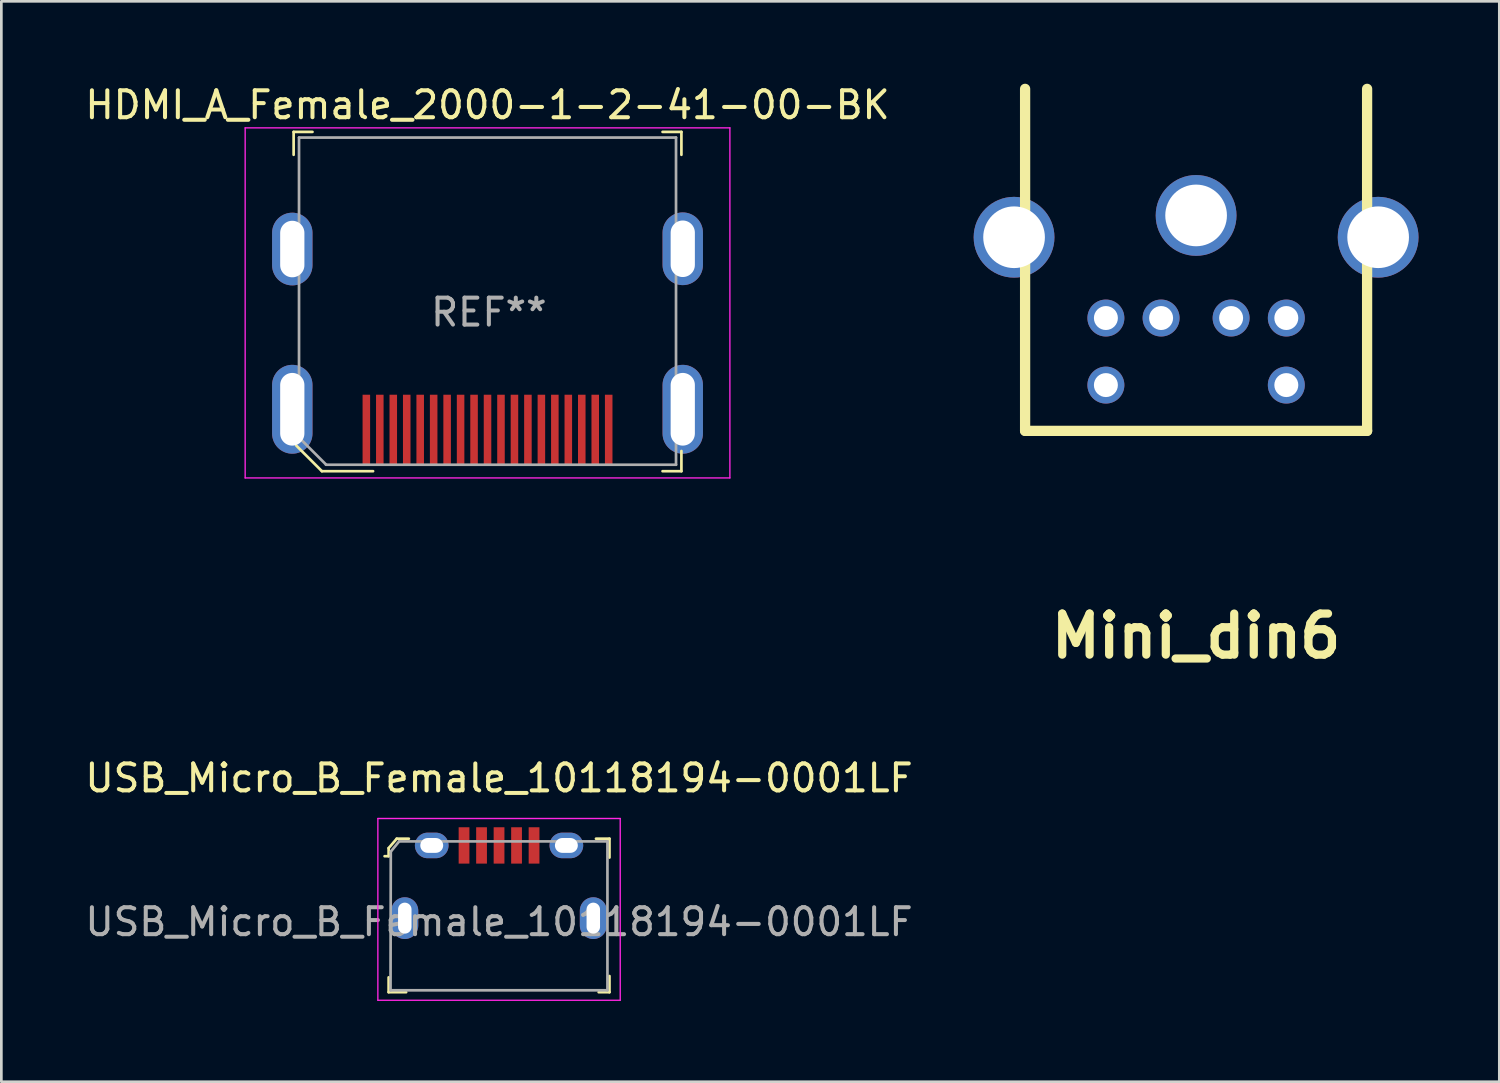
<source format=kicad_pcb>
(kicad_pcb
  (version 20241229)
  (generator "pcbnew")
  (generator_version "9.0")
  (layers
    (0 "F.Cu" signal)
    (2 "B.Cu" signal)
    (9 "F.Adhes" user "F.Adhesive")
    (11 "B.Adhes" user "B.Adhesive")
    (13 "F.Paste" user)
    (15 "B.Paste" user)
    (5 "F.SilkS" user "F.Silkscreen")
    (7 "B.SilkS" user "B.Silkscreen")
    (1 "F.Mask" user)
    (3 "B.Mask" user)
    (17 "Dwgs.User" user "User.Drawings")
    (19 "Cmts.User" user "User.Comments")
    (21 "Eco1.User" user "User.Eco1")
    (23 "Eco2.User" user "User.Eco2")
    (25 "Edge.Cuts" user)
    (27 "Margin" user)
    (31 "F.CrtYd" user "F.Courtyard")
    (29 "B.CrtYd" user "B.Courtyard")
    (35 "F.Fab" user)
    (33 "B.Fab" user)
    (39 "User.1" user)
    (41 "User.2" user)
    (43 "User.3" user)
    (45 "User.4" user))
  (footprint "USB_Micro_B_Female_10118194-0001LF"
    (layer "F.Cu")
    (at 15.482 28.345)
    (property "Reference" "USB_Micro_B_Female_10118194-0001LF" (at 0 -2.5 0) (layer "F.SilkS") (effects (font (size 1 1) (thickness 0.15))))
    (attr through_hole)
    (fp_line (start -4.1 0.1) (end -4.1 0.4) (stroke (width 0.1) (type solid)) (layer "F.SilkS"))
    (fp_line (start -4.1 0.4) (end -4.25 0.4) (stroke (width 0.1) (type solid)) (layer "F.SilkS"))
    (fp_line (start -4.1 4.9) (end -4.1 5.45) (stroke (width 0.1) (type solid)) (layer "F.SilkS"))
    (fp_line (start -4.1 5.45) (end -3.45 5.45) (stroke (width 0.1) (type solid)) (layer "F.SilkS"))
    (fp_line (start -3.8 -0.25) (end -4.1 0.1) (stroke (width 0.1) (type solid)) (layer "F.SilkS"))
    (fp_line (start -3.35 -0.25) (end -3.8 -0.25) (stroke (width 0.1) (type solid)) (layer "F.SilkS"))
    (fp_line (start 3.6 -0.25) (end 4.1 -0.25) (stroke (width 0.1) (type solid)) (layer "F.SilkS"))
    (fp_line (start 4.1 -0.25) (end 4.1 0.45) (stroke (width 0.1) (type solid)) (layer "F.SilkS"))
    (fp_line (start 4.1 4.85) (end 4.1 5.45) (stroke (width 0.1) (type solid)) (layer "F.SilkS"))
    (fp_line (start 4.1 5.45) (end 3.7 5.45) (stroke (width 0.1) (type solid)) (layer "F.SilkS"))
    (fp_line (start -4.5 -1) (end 4.5 -1) (stroke (width 0.05) (type solid)) (layer "F.CrtYd"))
    (fp_line (start -4.5 5.75) (end -4.5 -1) (stroke (width 0.05) (type solid)) (layer "F.CrtYd"))
    (fp_line (start -4.5 5.75) (end 4.5 5.75) (stroke (width 0.05) (type solid)) (layer "F.CrtYd"))
    (fp_line (start 4.5 5.75) (end 4.5 -1) (stroke (width 0.05) (type solid)) (layer "F.CrtYd"))
    (fp_line (start -4.03 5.38) (end -4.02 0.23) (stroke (width 0.1) (type solid)) (layer "F.Fab"))
    (fp_line (start -4.025 5.38) (end 4.025 5.38) (stroke (width 0.1) (type solid)) (layer "F.Fab"))
    (fp_line (start -4.02 0.23) (end -3.71 -0.15) (stroke (width 0.1) (type solid)) (layer "F.Fab"))
    (fp_line (start 4.02 -0.15) (end -3.71 -0.15) (stroke (width 0.1) (type solid)) (layer "F.Fab"))
    (fp_line (start 4.025 5.38) (end 4.025 -0.15) (stroke (width 0.1) (type solid)) (layer "F.Fab"))
    (fp_text user "${REFERENCE}" (at 0 2.84 0) (layer "F.Fab") (effects (font (size 1 1) (thickness 0.15))))
    (pad "1" smd rect (at -1.3 0) (size 0.4 1.35) (layers "F.Cu" "F.Mask" "F.Paste"))
    (pad "2" smd rect (at -0.65 0) (size 0.4 1.35) (layers "F.Cu" "F.Mask" "F.Paste"))
    (pad "3" smd rect (at 0 0) (size 0.4 1.35) (layers "F.Cu" "F.Mask" "F.Paste"))
    (pad "4" smd rect (at 0.65 0) (size 0.4 1.35) (layers "F.Cu" "F.Mask" "F.Paste"))
    (pad "5" smd rect (at 1.3 0) (size 0.4 1.35) (layers "F.Cu" "F.Mask" "F.Paste"))
    (pad "SH" thru_hole oval (at -3.5 2.7) (size 1 1.55) (drill oval 0.5 1.15) (layers "*.Cu" "*.Mask"))
    (pad "SH" thru_hole oval (at -2.5 0) (size 1.25 0.95) (drill oval 0.85 0.55) (layers "*.Cu" "*.Mask"))
    (pad "SH" thru_hole oval (at 2.5 0) (size 1.25 0.95) (drill oval 0.85 0.55) (layers "*.Cu" "*.Mask"))
    (pad "SH" thru_hole oval (at 3.5 2.7) (size 1 1.55) (drill oval 0.5 1.15) (layers "*.Cu" "*.Mask")))
  (footprint "HDMI_A_Female_2000-1-2-41-00-BK"
    (layer "F.Cu")
    (at 15.054 8.448)
    (property "Reference" "HDMI_A_Female_2000-1-2-41-00-BK" (at 0 -7.6 0) (layer "F.SilkS") (effects (font (size 1 1) (thickness 0.15))))
    (attr through_hole)
    (fp_line (start -7.2 -6.6) (end -6.5 -6.6) (stroke (width 0.1) (type solid)) (layer "F.SilkS"))
    (fp_line (start -7.2 -5.75) (end -7.2 -6.6) (stroke (width 0.1) (type solid)) (layer "F.SilkS"))
    (fp_line (start -6.15 6) (end -7.1 5.05) (stroke (width 0.1) (type solid)) (layer "F.SilkS"))
    (fp_line (start -4.25 6) (end -6.15 6) (stroke (width 0.1) (type solid)) (layer "F.SilkS"))
    (fp_line (start 6.5 -6.6) (end 7.2 -6.6) (stroke (width 0.1) (type solid)) (layer "F.SilkS"))
    (fp_line (start 7.2 -6.6) (end 7.2 -5.75) (stroke (width 0.1) (type solid)) (layer "F.SilkS"))
    (fp_line (start 7.2 5.25) (end 7.2 6) (stroke (width 0.1) (type solid)) (layer "F.SilkS"))
    (fp_line (start 7.2 6) (end 6.5 6) (stroke (width 0.1) (type solid)) (layer "F.SilkS"))
    (fp_line (start -9 -6.75) (end 9 -6.75) (stroke (width 0.05) (type solid)) (layer "F.CrtYd"))
    (fp_line (start -9 6.25) (end -9 -6.75) (stroke (width 0.05) (type solid)) (layer "F.CrtYd"))
    (fp_line (start 9 -6.75) (end 9 6.25) (stroke (width 0.05) (type solid)) (layer "F.CrtYd"))
    (fp_line (start 9 6.25) (end -9 6.25) (stroke (width 0.05) (type solid)) (layer "F.CrtYd"))
    (fp_line (start -7 -6.39) (end 7 -6.39) (stroke (width 0.1) (type solid)) (layer "F.Fab"))
    (fp_line (start -7 4.75) (end -7 -6.39) (stroke (width 0.1) (type solid)) (layer "F.Fab"))
    (fp_line (start -7 4.75) (end -6 5.75) (stroke (width 0.1) (type solid)) (layer "F.Fab"))
    (fp_line (start 7 5.76) (end -6 5.76) (stroke (width 0.1) (type solid)) (layer "F.Fab"))
    (fp_line (start 7 5.76) (end 7 -6.39) (stroke (width 0.1) (type solid)) (layer "F.Fab"))
    (fp_text user "REF**" (at 0.05 0.1 0) (layer "F.Fab") (effects (font (size 1 1) (thickness 0.15))))
    (pad "1" smd rect (at -4.5 4.46) (size 0.28 2.6) (layers "F.Cu" "F.Mask" "F.Paste"))
    (pad "2" smd rect (at -4 4.46) (size 0.28 2.6) (layers "F.Cu" "F.Mask" "F.Paste"))
    (pad "3" smd rect (at -3.5 4.46) (size 0.28 2.6) (layers "F.Cu" "F.Mask" "F.Paste"))
    (pad "4" smd rect (at -3 4.46) (size 0.28 2.6) (layers "F.Cu" "F.Mask" "F.Paste"))
    (pad "5" smd rect (at -2.5 4.46) (size 0.28 2.6) (layers "F.Cu" "F.Mask" "F.Paste"))
    (pad "6" smd rect (at -2 4.46) (size 0.28 2.6) (layers "F.Cu" "F.Mask" "F.Paste"))
    (pad "7" smd rect (at -1.5 4.46) (size 0.28 2.6) (layers "F.Cu" "F.Mask" "F.Paste"))
    (pad "8" smd rect (at -1 4.46) (size 0.28 2.6) (layers "F.Cu" "F.Mask" "F.Paste"))
    (pad "9" smd rect (at -0.5 4.46) (size 0.28 2.6) (layers "F.Cu" "F.Mask" "F.Paste"))
    (pad "10" smd rect (at 0 4.46) (size 0.28 2.6) (layers "F.Cu" "F.Mask" "F.Paste"))
    (pad "11" smd rect (at 0.5 4.46) (size 0.28 2.6) (layers "F.Cu" "F.Mask" "F.Paste"))
    (pad "12" smd rect (at 1 4.46) (size 0.28 2.6) (layers "F.Cu" "F.Mask" "F.Paste"))
    (pad "13" smd rect (at 1.5 4.46) (size 0.28 2.6) (layers "F.Cu" "F.Mask" "F.Paste"))
    (pad "14" smd rect (at 2 4.46) (size 0.28 2.6) (layers "F.Cu" "F.Mask" "F.Paste"))
    (pad "15" smd rect (at 2.5 4.46) (size 0.28 2.6) (layers "F.Cu" "F.Mask" "F.Paste"))
    (pad "16" smd rect (at 3 4.46) (size 0.28 2.6) (layers "F.Cu" "F.Mask" "F.Paste"))
    (pad "17" smd rect (at 3.5 4.46) (size 0.28 2.6) (layers "F.Cu" "F.Mask" "F.Paste"))
    (pad "18" smd rect (at 4 4.46) (size 0.28 2.6) (layers "F.Cu" "F.Mask" "F.Paste"))
    (pad "19" smd rect (at 4.5 4.46) (size 0.28 2.6) (layers "F.Cu" "F.Mask" "F.Paste"))
    (pad "SH" thru_hole oval (at -7.25 -2.25) (size 1.5 2.7) (drill oval 0.9 2.1) (layers "*.Cu" "*.Mask"))
    (pad "SH" thru_hole oval (at -7.25 3.7) (size 1.5 3.3) (drill oval 0.9 2.7) (layers "*.Cu" "*.Mask"))
    (pad "SH" thru_hole oval (at 7.25 -2.26) (size 1.5 2.7) (drill oval 0.9 2.1) (layers "*.Cu" "*.Mask"))
    (pad "SH" thru_hole oval (at 7.25 3.7) (size 1.5 3.3) (drill oval 0.9 2.7) (layers "*.Cu" "*.Mask")))
  (footprint "Mini_din6"
    (layer "F.Cu")
    (at 41.367 0.25)
    (property "Reference" "Mini_din6" (at 0 20.32 180) (layer "F.SilkS") (effects (font (size 1.524 1.524) (thickness 0.305))))
    (attr through_hole)
    (fp_line (start -6.35 12.7) (end -6.35 0) (stroke (width 0.381) (type solid)) (layer "F.SilkS"))
    (fp_line (start 6.35 0) (end 6.35 12.7) (stroke (width 0.381) (type solid)) (layer "F.SilkS"))
    (fp_line (start 6.35 12.7) (end -6.35 12.7) (stroke (width 0.381) (type solid)) (layer "F.SilkS"))
    (pad "1" thru_hole circle (at 1.3 8.51 180) (size 1.372 1.372) (drill 0.89) (layers "*.Cu" "*.Mask"))
    (pad "2" thru_hole circle (at -1.3 8.51 180) (size 1.372 1.372) (drill 0.89) (layers "*.Cu" "*.Mask"))
    (pad "3" thru_hole circle (at 3.35 8.51 180) (size 1.372 1.372) (drill 0.89) (layers "*.Cu" "*.Mask"))
    (pad "4" thru_hole circle (at -3.35 8.51 180) (size 1.372 1.372) (drill 0.89) (layers "*.Cu" "*.Mask"))
    (pad "5" thru_hole circle (at 3.35 11 180) (size 1.372 1.372) (drill 0.89) (layers "*.Cu" "*.Mask"))
    (pad "6" thru_hole circle (at -3.35 11 180) (size 1.372 1.372) (drill 0.89) (layers "*.Cu" "*.Mask"))
    (pad "GND" thru_hole circle (at -6.76 5.51 180) (size 3 3) (drill 2.29) (layers "*.Cu" "*.Mask"))
    (pad "GND" thru_hole circle (at 0 4.7 180) (size 3 3) (drill 2.29) (layers "*.Cu" "*.Mask"))
    (pad "GND" thru_hole circle (at 6.76 5.51 180) (size 3 3) (drill 2.29) (layers "*.Cu" "*.Mask")))
  (gr_rect
    (start -3 -3)
    (end 52.627 37.12)
    (stroke (width 0.1) (type default))
    (fill no)
    (layer "Edge.Cuts")))
</source>
